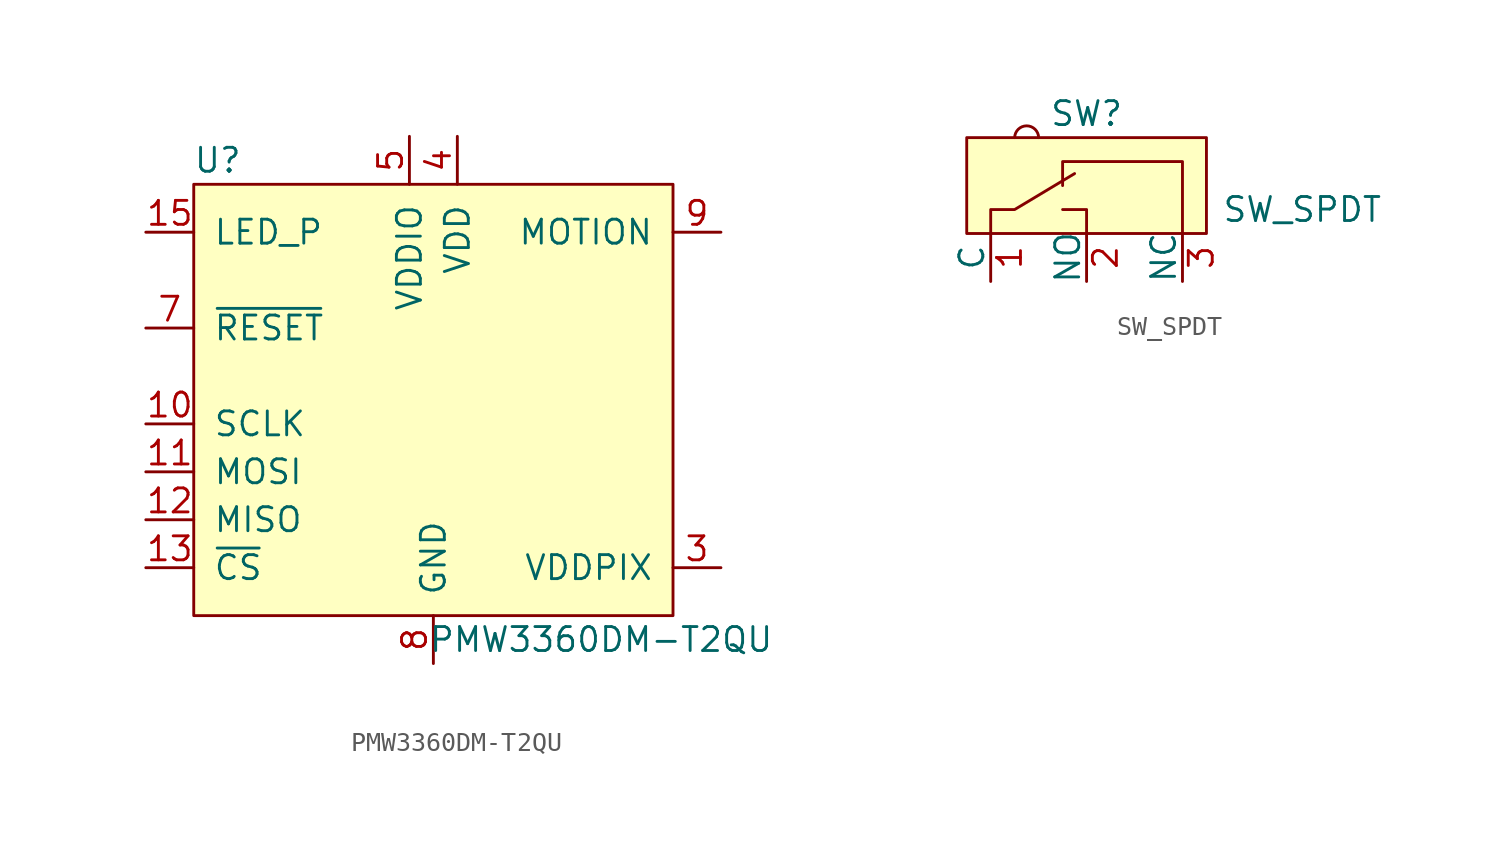
<source format=kicad_sym>
(kicad_symbol_lib
  (version 20211014)
  (generator kicad_symbol_editor)
  (symbol "PMW3360DM-T2QU"
    (pin_names
      (offset 1.016))
    (property "Reference" "U"
      (at -11.43 13.97 0)
      (effects (font (size 1.27 1.27))))
    (property "Value" "PMW3360DM-T2QU"
      (at 8.89 -11.43 0)
      (effects (font (size 1.27 1.27))))
    (symbol "PMW3360DM-T2QU_0_1"
      (rectangle (start -12.7 12.7) (end 12.7 -10.16) (stroke (width 0) (type default) (color 0 0 0 0)) (fill (type background))))
    (symbol "PMW3360DM-T2QU_1_1"
      (pin input line (at -15.24 0 0) (length 2.54) (name "SCLK" (effects (font (size 1.27 1.27)))) (number "10" (effects (font (size 1.27 1.27)))))
      (pin input line (at -15.24 -2.54 0) (length 2.54) (name "MOSI" (effects (font (size 1.27 1.27)))) (number "11" (effects (font (size 1.27 1.27)))))
      (pin output line (at -15.24 -5.08 0) (length 2.54) (name "MISO" (effects (font (size 1.27 1.27)))) (number "12" (effects (font (size 1.27 1.27)))))
      (pin input line (at -15.24 -7.62 0) (length 2.54) (name "~{CS}" (effects (font (size 1.27 1.27)))) (number "13" (effects (font (size 1.27 1.27)))))
      (pin input line (at -15.24 10.16 0) (length 2.54) (name "LED_P" (effects (font (size 1.27 1.27)))) (number "15" (effects (font (size 1.27 1.27)))))
      (pin power_out line (at 15.24 -7.62 180) (length 2.54) (name "VDDPIX" (effects (font (size 1.27 1.27)))) (number "3" (effects (font (size 1.27 1.27)))))
      (pin power_in line (at 1.27 15.24 270) (length 2.54) (name "VDD" (effects (font (size 1.27 1.27)))) (number "4" (effects (font (size 1.27 1.27)))))
      (pin power_in line (at -1.27 15.24 270) (length 2.54) (name "VDDIO" (effects (font (size 1.27 1.27)))) (number "5" (effects (font (size 1.27 1.27)))))
      (pin input line (at -15.24 5.08 0) (length 2.54) (name "~{RESET}" (effects (font (size 1.27 1.27)))) (number "7" (effects (font (size 1.27 1.27)))))
      (pin power_in line (at 0 -12.7 90) (length 2.54) (name "GND" (effects (font (size 1.27 1.27)))) (number "8" (effects (font (size 1.27 1.27)))))
      (pin output line (at 15.24 10.16 180) (length 2.54) (name "MOTION" (effects (font (size 1.27 1.27)))) (number "9" (effects (font (size 1.27 1.27)))))))
  (symbol "SW_SPDT"
    (pin_names
      (offset 0))
    (property "Reference" "SW"
      (at 0 6.35 0)
      (effects (font (size 1.27 1.27))))
    (property "Value" "SW_SPDT"
      (at 11.43 1.27 0)
      (effects (font (size 1.27 1.27))))
    (symbol "SW_SPDT_0_1"
      (rectangle (start -6.35 5.08) (end 6.35 0) (stroke (width 0.152) (type default) (color 0 0 0 0)) (fill (type background)))
      (arc (start -2.54 5.08) (mid -3.175 5.7038) (end -3.81 5.08) (stroke (width 0.1524) (type default) (color 0 0 0 0)) (fill (type none)))
      (polyline (pts (xy 0 0) (xy 0 1.27) (xy -1.27 1.27)) (stroke (width 0.152) (type default) (color 0 0 0 0)) (fill (type none)))
      (polyline (pts (xy -5.08 0) (xy -5.08 1.27) (xy -3.81 1.27) (xy -0.635 3.175)) (stroke (width 0.152) (type default) (color 0 0 0 0)) (fill (type none)))
      (polyline (pts (xy 5.08 0) (xy 5.08 3.81) (xy -1.27 3.81) (xy -1.27 2.54)) (stroke (width 0.152) (type default) (color 0 0 0 0)) (fill (type none))))
    (symbol "SW_SPDT_1_1"
      (pin passive line (at -5.08 -2.54 90) (length 2.54) (name "C" (effects (font (size 1.27 1.27)))) (number "1" (effects (font (size 1.27 1.27)))))
      (pin passive line (at 0 -2.54 90) (length 2.54) (name "NO" (effects (font (size 1.27 1.27)))) (number "2" (effects (font (size 1.27 1.27)))))
      (pin passive line (at 5.08 -2.54 90) (length 2.54) (name "NC" (effects (font (size 1.27 1.27)))) (number "3" (effects (font (size 1.27 1.27))))))))
</source>
